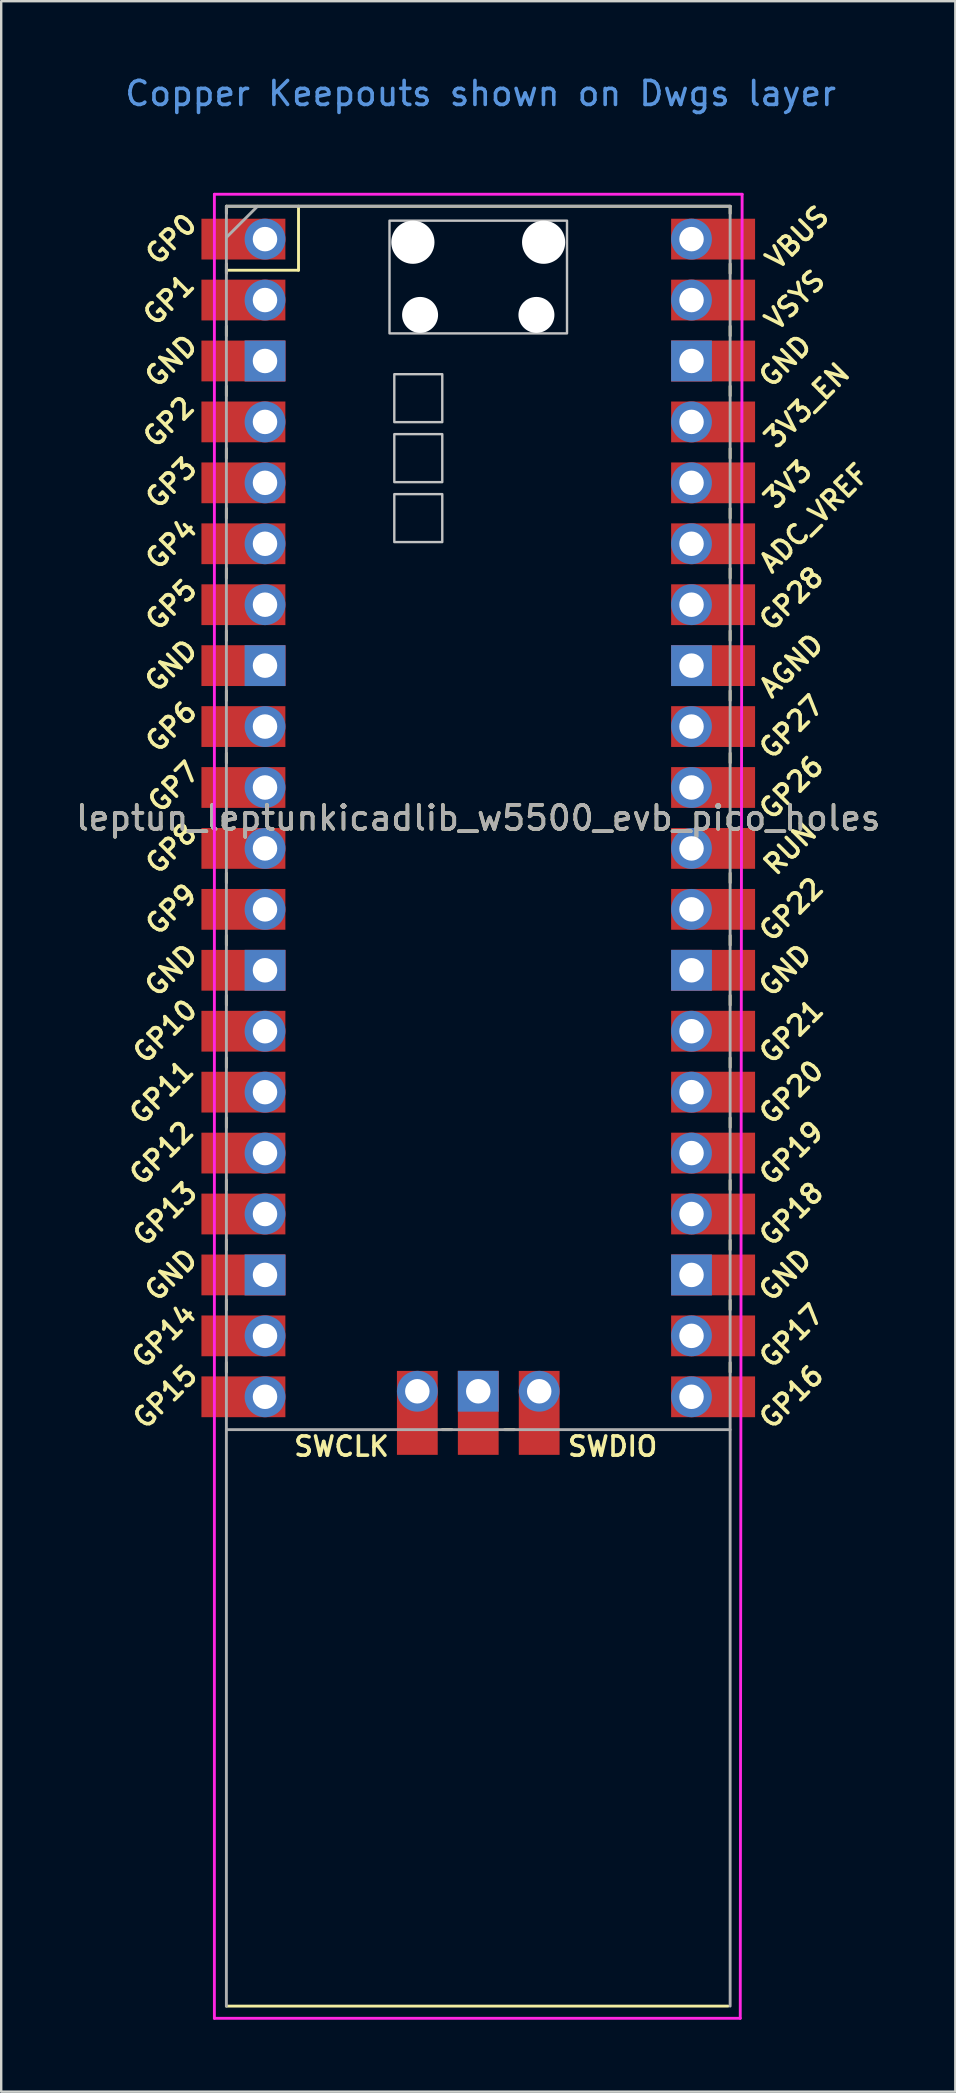
<source format=kicad_pcb>
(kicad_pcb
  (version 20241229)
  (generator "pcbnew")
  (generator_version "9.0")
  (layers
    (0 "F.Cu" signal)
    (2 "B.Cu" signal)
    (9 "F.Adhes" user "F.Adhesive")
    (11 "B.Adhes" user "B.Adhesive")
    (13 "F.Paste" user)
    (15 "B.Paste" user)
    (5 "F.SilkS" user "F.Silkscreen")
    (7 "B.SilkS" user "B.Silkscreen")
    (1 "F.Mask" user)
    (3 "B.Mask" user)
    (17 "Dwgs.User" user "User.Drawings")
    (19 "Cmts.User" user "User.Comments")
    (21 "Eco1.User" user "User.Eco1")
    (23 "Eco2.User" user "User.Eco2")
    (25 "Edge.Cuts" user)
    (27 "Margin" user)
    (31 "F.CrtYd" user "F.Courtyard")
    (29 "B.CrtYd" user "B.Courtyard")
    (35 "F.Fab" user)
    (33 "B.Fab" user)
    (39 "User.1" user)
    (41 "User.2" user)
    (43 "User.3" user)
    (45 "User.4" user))
  (footprint "leptun_leptunkicadlib_w5500_evb_pico_holes"
    (layer "F.Cu")
    (at 16.887 31.048)
    (property "Reference" "leptun_leptunkicadlib_w5500_evb_pico_holes" (at 0 0 0) (layer "F.SilkS") (effects (font (size 1 1) (thickness 0.15))))
    (attr through_hole)
    (fp_line (start -10.5 -25.5) (end -10.5 -25.2) (stroke (width 0.12) (type solid)) (layer "F.SilkS"))
    (fp_line (start -10.5 -25.5) (end 10.5 -25.5) (stroke (width 0.12) (type solid)) (layer "F.SilkS"))
    (fp_line (start -10.5 -23.1) (end -10.5 -22.7) (stroke (width 0.12) (type solid)) (layer "F.SilkS"))
    (fp_line (start -10.5 -22.833) (end -7.493 -22.833) (stroke (width 0.12) (type solid)) (layer "F.SilkS"))
    (fp_line (start -10.5 -20.5) (end -10.5 -20.1) (stroke (width 0.12) (type solid)) (layer "F.SilkS"))
    (fp_line (start -10.5 -18) (end -10.5 -17.6) (stroke (width 0.12) (type solid)) (layer "F.SilkS"))
    (fp_line (start -10.5 -15.4) (end -10.5 -15) (stroke (width 0.12) (type solid)) (layer "F.SilkS"))
    (fp_line (start -10.5 -12.9) (end -10.5 -12.5) (stroke (width 0.12) (type solid)) (layer "F.SilkS"))
    (fp_line (start -10.5 -10.4) (end -10.5 -10) (stroke (width 0.12) (type solid)) (layer "F.SilkS"))
    (fp_line (start -10.5 -7.8) (end -10.5 -7.4) (stroke (width 0.12) (type solid)) (layer "F.SilkS"))
    (fp_line (start -10.5 -5.3) (end -10.5 -4.9) (stroke (width 0.12) (type solid)) (layer "F.SilkS"))
    (fp_line (start -10.5 -2.7) (end -10.5 -2.3) (stroke (width 0.12) (type solid)) (layer "F.SilkS"))
    (fp_line (start -10.5 -0.2) (end -10.5 0.2) (stroke (width 0.12) (type solid)) (layer "F.SilkS"))
    (fp_line (start -10.5 2.3) (end -10.5 2.7) (stroke (width 0.12) (type solid)) (layer "F.SilkS"))
    (fp_line (start -10.5 4.9) (end -10.5 5.3) (stroke (width 0.12) (type solid)) (layer "F.SilkS"))
    (fp_line (start -10.5 7.4) (end -10.5 7.8) (stroke (width 0.12) (type solid)) (layer "F.SilkS"))
    (fp_line (start -10.5 10) (end -10.5 10.4) (stroke (width 0.12) (type solid)) (layer "F.SilkS"))
    (fp_line (start -10.5 12.5) (end -10.5 12.9) (stroke (width 0.12) (type solid)) (layer "F.SilkS"))
    (fp_line (start -10.5 15.1) (end -10.5 15.5) (stroke (width 0.12) (type solid)) (layer "F.SilkS"))
    (fp_line (start -10.5 17.6) (end -10.5 18) (stroke (width 0.12) (type solid)) (layer "F.SilkS"))
    (fp_line (start -10.5 20.1) (end -10.5 20.5) (stroke (width 0.12) (type solid)) (layer "F.SilkS"))
    (fp_line (start -10.5 22.7) (end -10.5 23.1) (stroke (width 0.12) (type solid)) (layer "F.SilkS"))
    (fp_line (start -7.493 -22.833) (end -7.493 -25.5) (stroke (width 0.12) (type solid)) (layer "F.SilkS"))
    (fp_line (start -1.5 25.5) (end -1.1 25.5) (stroke (width 0.12) (type solid)) (layer "F.SilkS"))
    (fp_line (start 1.1 25.5) (end 1.5 25.5) (stroke (width 0.12) (type solid)) (layer "F.SilkS"))
    (fp_line (start 10.414 49.53) (end -10.5 49.53) (stroke (width 0.12) (type solid)) (layer "F.SilkS"))
    (fp_line (start 10.5 -25.5) (end 10.5 -25.2) (stroke (width 0.12) (type solid)) (layer "F.SilkS"))
    (fp_line (start 10.5 -23.1) (end 10.5 -22.7) (stroke (width 0.12) (type solid)) (layer "F.SilkS"))
    (fp_line (start 10.5 -20.5) (end 10.5 -20.1) (stroke (width 0.12) (type solid)) (layer "F.SilkS"))
    (fp_line (start 10.5 -18) (end 10.5 -17.6) (stroke (width 0.12) (type solid)) (layer "F.SilkS"))
    (fp_line (start 10.5 -15.4) (end 10.5 -15) (stroke (width 0.12) (type solid)) (layer "F.SilkS"))
    (fp_line (start 10.5 -12.9) (end 10.5 -12.5) (stroke (width 0.12) (type solid)) (layer "F.SilkS"))
    (fp_line (start 10.5 -10.4) (end 10.5 -10) (stroke (width 0.12) (type solid)) (layer "F.SilkS"))
    (fp_line (start 10.5 -7.8) (end 10.5 -7.4) (stroke (width 0.12) (type solid)) (layer "F.SilkS"))
    (fp_line (start 10.5 -5.3) (end 10.5 -4.9) (stroke (width 0.12) (type solid)) (layer "F.SilkS"))
    (fp_line (start 10.5 -2.7) (end 10.5 -2.3) (stroke (width 0.12) (type solid)) (layer "F.SilkS"))
    (fp_line (start 10.5 -0.2) (end 10.5 0.2) (stroke (width 0.12) (type solid)) (layer "F.SilkS"))
    (fp_line (start 10.5 2.3) (end 10.5 2.7) (stroke (width 0.12) (type solid)) (layer "F.SilkS"))
    (fp_line (start 10.5 4.9) (end 10.5 5.3) (stroke (width 0.12) (type solid)) (layer "F.SilkS"))
    (fp_line (start 10.5 7.4) (end 10.5 7.8) (stroke (width 0.12) (type solid)) (layer "F.SilkS"))
    (fp_line (start 10.5 10) (end 10.5 10.4) (stroke (width 0.12) (type solid)) (layer "F.SilkS"))
    (fp_line (start 10.5 12.5) (end 10.5 12.9) (stroke (width 0.12) (type solid)) (layer "F.SilkS"))
    (fp_line (start 10.5 15.1) (end 10.5 15.5) (stroke (width 0.12) (type solid)) (layer "F.SilkS"))
    (fp_line (start 10.5 17.6) (end 10.5 18) (stroke (width 0.12) (type solid)) (layer "F.SilkS"))
    (fp_line (start 10.5 20.1) (end 10.5 20.5) (stroke (width 0.12) (type solid)) (layer "F.SilkS"))
    (fp_line (start 10.5 22.7) (end 10.5 23.1) (stroke (width 0.12) (type solid)) (layer "F.SilkS"))
    (fp_poly (pts (xy -1.5 -16.5) (xy -3.5 -16.5) (xy -3.5 -18.5) (xy -1.5 -18.5)) (stroke (width 0.1) (type solid)) (fill no) (layer "Dwgs.User"))
    (fp_poly (pts (xy -1.5 -14) (xy -3.5 -14) (xy -3.5 -16) (xy -1.5 -16)) (stroke (width 0.1) (type solid)) (fill no) (layer "Dwgs.User"))
    (fp_poly (pts (xy -1.5 -11.5) (xy -3.5 -11.5) (xy -3.5 -13.5) (xy -1.5 -13.5)) (stroke (width 0.1) (type solid)) (fill no) (layer "Dwgs.User"))
    (fp_poly (pts (xy 3.7 -20.2) (xy -3.7 -20.2) (xy -3.7 -24.9) (xy 3.7 -24.9)) (stroke (width 0.1) (type solid)) (fill no) (layer "Dwgs.User"))
    (fp_line (start -11 -26) (end 11 -26) (stroke (width 0.12) (type solid)) (layer "F.CrtYd"))
    (fp_line (start -11 50.038) (end -11 -26) (stroke (width 0.12) (type solid)) (layer "F.CrtYd"))
    (fp_line (start 10.922 50.038) (end -11 50.038) (stroke (width 0.12) (type solid)) (layer "F.CrtYd"))
    (fp_line (start 11 -26) (end 10.922 50.038) (stroke (width 0.12) (type solid)) (layer "F.CrtYd"))
    (fp_line (start -10.5 -25.5) (end 10.5 -25.5) (stroke (width 0.12) (type solid)) (layer "F.Fab"))
    (fp_line (start -10.5 -24.2) (end -9.2 -25.5) (stroke (width 0.12) (type solid)) (layer "F.Fab"))
    (fp_line (start -10.5 49.53) (end -10.5 -25.5) (stroke (width 0.12) (type solid)) (layer "F.Fab"))
    (fp_line (start 10.5 -25.5) (end 10.5 49.53) (stroke (width 0.12) (type solid)) (layer "F.Fab"))
    (fp_line (start 10.5 25.5) (end -10.5 25.5) (stroke (width 0.12) (type solid)) (layer "F.Fab"))
    (fp_text user "GP17" (at 13.054 21.59 45) (layer "F.SilkS") (effects (font (size 0.8 0.8) (thickness 0.15))))
    (fp_text user "GP11" (at -13.2 11.43 45) (layer "F.SilkS") (effects (font (size 0.8 0.8) (thickness 0.15))))
    (fp_text user "GP6" (at -12.8 -3.81 45) (layer "F.SilkS") (effects (font (size 0.8 0.8) (thickness 0.15))))
    (fp_text user "GP10" (at -13.054 8.89 45) (layer "F.SilkS") (effects (font (size 0.8 0.8) (thickness 0.15))))
    (fp_text user "GP9" (at -12.8 3.81 45) (layer "F.SilkS") (effects (font (size 0.8 0.8) (thickness 0.15))))
    (fp_text user "GP13" (at -13.054 16.51 45) (layer "F.SilkS") (effects (font (size 0.8 0.8) (thickness 0.15))))
    (fp_text user "GP15" (at -13.054 24.13 45) (layer "F.SilkS") (effects (font (size 0.8 0.8) (thickness 0.15))))
    (fp_text user "GND" (at 12.8 6.35 45) (layer "F.SilkS") (effects (font (size 0.8 0.8) (thickness 0.15))))
    (fp_text user "GP7" (at -12.7 -1.3 45) (layer "F.SilkS") (effects (font (size 0.8 0.8) (thickness 0.15))))
    (fp_text user "GND" (at -12.8 6.35 45) (layer "F.SilkS") (effects (font (size 0.8 0.8) (thickness 0.15))))
    (fp_text user "GND" (at 12.8 19.05 45) (layer "F.SilkS") (effects (font (size 0.8 0.8) (thickness 0.15))))
    (fp_text user "GP16" (at 13.054 24.13 45) (layer "F.SilkS") (effects (font (size 0.8 0.8) (thickness 0.15))))
    (fp_text user "GP2" (at -12.9 -16.51 45) (layer "F.SilkS") (effects (font (size 0.8 0.8) (thickness 0.15))))
    (fp_text user "SWDIO" (at 5.6 26.2 0) (layer "F.SilkS") (effects (font (size 0.8 0.8) (thickness 0.15))))
    (fp_text user "VBUS" (at 13.3 -24.2 45) (layer "F.SilkS") (effects (font (size 0.8 0.8) (thickness 0.15))))
    (fp_text user "GP4" (at -12.8 -11.43 45) (layer "F.SilkS") (effects (font (size 0.8 0.8) (thickness 0.15))))
    (fp_text user "GP18" (at 13.054 16.51 45) (layer "F.SilkS") (effects (font (size 0.8 0.8) (thickness 0.15))))
    (fp_text user "RUN" (at 13 1.27 45) (layer "F.SilkS") (effects (font (size 0.8 0.8) (thickness 0.15))))
    (fp_text user "SWCLK" (at -5.7 26.2 0) (layer "F.SilkS") (effects (font (size 0.8 0.8) (thickness 0.15))))
    (fp_text user "GP19" (at 13.054 13.97 45) (layer "F.SilkS") (effects (font (size 0.8 0.8) (thickness 0.15))))
    (fp_text user "GP20" (at 13.054 11.43 45) (layer "F.SilkS") (effects (font (size 0.8 0.8) (thickness 0.15))))
    (fp_text user "ADC_VREF" (at 14 -12.5 45) (layer "F.SilkS") (effects (font (size 0.8 0.8) (thickness 0.15))))
    (fp_text user "GP5" (at -12.8 -8.89 45) (layer "F.SilkS") (effects (font (size 0.8 0.8) (thickness 0.15))))
    (fp_text user "GND" (at 12.8 -19.05 45) (layer "F.SilkS") (effects (font (size 0.8 0.8) (thickness 0.15))))
    (fp_text user "GP0" (at -12.8 -24.13 45) (layer "F.SilkS") (effects (font (size 0.8 0.8) (thickness 0.15))))
    (fp_text user "GP14" (at -13.1 21.59 45) (layer "F.SilkS") (effects (font (size 0.8 0.8) (thickness 0.15))))
    (fp_text user "GND" (at -12.8 -6.35 45) (layer "F.SilkS") (effects (font (size 0.8 0.8) (thickness 0.15))))
    (fp_text user "GND" (at -12.8 19.05 45) (layer "F.SilkS") (effects (font (size 0.8 0.8) (thickness 0.15))))
    (fp_text user "GP27" (at 13.054 -3.8 45) (layer "F.SilkS") (effects (font (size 0.8 0.8) (thickness 0.15))))
    (fp_text user "VSYS" (at 13.2 -21.59 45) (layer "F.SilkS") (effects (font (size 0.8 0.8) (thickness 0.15))))
    (fp_text user "GP12" (at -13.2 13.97 45) (layer "F.SilkS") (effects (font (size 0.8 0.8) (thickness 0.15))))
    (fp_text user "GP3" (at -12.8 -13.97 45) (layer "F.SilkS") (effects (font (size 0.8 0.8) (thickness 0.15))))
    (fp_text user "GND" (at -12.8 -19.05 45) (layer "F.SilkS") (effects (font (size 0.8 0.8) (thickness 0.15))))
    (fp_text user "3V3_EN" (at 13.7 -17.2 45) (layer "F.SilkS") (effects (font (size 0.8 0.8) (thickness 0.15))))
    (fp_text user "GP26" (at 13.054 -1.27 45) (layer "F.SilkS") (effects (font (size 0.8 0.8) (thickness 0.15))))
    (fp_text user "GP28" (at 13.054 -9.144 45) (layer "F.SilkS") (effects (font (size 0.8 0.8) (thickness 0.15))))
    (fp_text user "GP1" (at -12.9 -21.6 45) (layer "F.SilkS") (effects (font (size 0.8 0.8) (thickness 0.15))))
    (fp_text user "3V3" (at 12.9 -13.9 45) (layer "F.SilkS") (effects (font (size 0.8 0.8) (thickness 0.15))))
    (fp_text user "GP21" (at 13.054 8.9 45) (layer "F.SilkS") (effects (font (size 0.8 0.8) (thickness 0.15))))
    (fp_text user "GP22" (at 13.054 3.81 45) (layer "F.SilkS") (effects (font (size 0.8 0.8) (thickness 0.15))))
    (fp_text user "AGND" (at 13.054 -6.35 45) (layer "F.SilkS") (effects (font (size 0.8 0.8) (thickness 0.15))))
    (fp_text user "GP8" (at -12.8 1.27 45) (layer "F.SilkS") (effects (font (size 0.8 0.8) (thickness 0.15))))
    (fp_text user "Copper Keepouts shown on Dwgs layer" (at 0.1 -30.2 0) (layer "Cmts.User") (effects (font (size 1 1) (thickness 0.15))))
    (fp_text user "${REFERENCE}" (at 0 0 180) (layer "F.Fab") (effects (font (size 1 1) (thickness 0.15))))
    (pad "" np_thru_hole oval (at -2.725 -24) (size 1.8 1.8) (drill 1.8) (layers "*.Cu" "*.Mask"))
    (pad "" np_thru_hole oval (at -2.425 -20.97) (size 1.5 1.5) (drill 1.5) (layers "*.Cu" "*.Mask"))
    (pad "" np_thru_hole oval (at 2.425 -20.97) (size 1.5 1.5) (drill 1.5) (layers "*.Cu" "*.Mask"))
    (pad "" np_thru_hole oval (at 2.725 -24) (size 1.8 1.8) (drill 1.8) (layers "*.Cu" "*.Mask"))
    (pad "1" thru_hole oval (at -8.89 -24.13) (size 1.7 1.7) (drill 1.02) (layers "*.Cu" "*.Mask"))
    (pad "1" smd rect (at -8.89 -24.13) (size 3.5 1.7) (drill (offset -0.9 0)) (layers "F.Cu" "F.Mask"))
    (pad "2" thru_hole oval (at -8.89 -21.59) (size 1.7 1.7) (drill 1.02) (layers "*.Cu" "*.Mask"))
    (pad "2" smd rect (at -8.89 -21.59) (size 3.5 1.7) (drill (offset -0.9 0)) (layers "F.Cu" "F.Mask"))
    (pad "3" thru_hole rect (at -8.89 -19.05) (size 1.7 1.7) (drill 1.02) (layers "*.Cu" "*.Mask"))
    (pad "3" smd rect (at -8.89 -19.05) (size 3.5 1.7) (drill (offset -0.9 0)) (layers "F.Cu" "F.Mask"))
    (pad "4" thru_hole oval (at -8.89 -16.51) (size 1.7 1.7) (drill 1.02) (layers "*.Cu" "*.Mask"))
    (pad "4" smd rect (at -8.89 -16.51) (size 3.5 1.7) (drill (offset -0.9 0)) (layers "F.Cu" "F.Mask"))
    (pad "5" thru_hole oval (at -8.89 -13.97) (size 1.7 1.7) (drill 1.02) (layers "*.Cu" "*.Mask"))
    (pad "5" smd rect (at -8.89 -13.97) (size 3.5 1.7) (drill (offset -0.9 0)) (layers "F.Cu" "F.Mask"))
    (pad "6" thru_hole oval (at -8.89 -11.43) (size 1.7 1.7) (drill 1.02) (layers "*.Cu" "*.Mask"))
    (pad "6" smd rect (at -8.89 -11.43) (size 3.5 1.7) (drill (offset -0.9 0)) (layers "F.Cu" "F.Mask"))
    (pad "7" thru_hole oval (at -8.89 -8.89) (size 1.7 1.7) (drill 1.02) (layers "*.Cu" "*.Mask"))
    (pad "7" smd rect (at -8.89 -8.89) (size 3.5 1.7) (drill (offset -0.9 0)) (layers "F.Cu" "F.Mask"))
    (pad "8" thru_hole rect (at -8.89 -6.35) (size 1.7 1.7) (drill 1.02) (layers "*.Cu" "*.Mask"))
    (pad "8" smd rect (at -8.89 -6.35) (size 3.5 1.7) (drill (offset -0.9 0)) (layers "F.Cu" "F.Mask"))
    (pad "9" thru_hole oval (at -8.89 -3.81) (size 1.7 1.7) (drill 1.02) (layers "*.Cu" "*.Mask"))
    (pad "9" smd rect (at -8.89 -3.81) (size 3.5 1.7) (drill (offset -0.9 0)) (layers "F.Cu" "F.Mask"))
    (pad "10" thru_hole oval (at -8.89 -1.27) (size 1.7 1.7) (drill 1.02) (layers "*.Cu" "*.Mask"))
    (pad "10" smd rect (at -8.89 -1.27) (size 3.5 1.7) (drill (offset -0.9 0)) (layers "F.Cu" "F.Mask"))
    (pad "11" thru_hole oval (at -8.89 1.27) (size 1.7 1.7) (drill 1.02) (layers "*.Cu" "*.Mask"))
    (pad "11" smd rect (at -8.89 1.27) (size 3.5 1.7) (drill (offset -0.9 0)) (layers "F.Cu" "F.Mask"))
    (pad "12" thru_hole oval (at -8.89 3.81) (size 1.7 1.7) (drill 1.02) (layers "*.Cu" "*.Mask"))
    (pad "12" smd rect (at -8.89 3.81) (size 3.5 1.7) (drill (offset -0.9 0)) (layers "F.Cu" "F.Mask"))
    (pad "13" thru_hole rect (at -8.89 6.35) (size 1.7 1.7) (drill 1.02) (layers "*.Cu" "*.Mask"))
    (pad "13" smd rect (at -8.89 6.35) (size 3.5 1.7) (drill (offset -0.9 0)) (layers "F.Cu" "F.Mask"))
    (pad "14" thru_hole oval (at -8.89 8.89) (size 1.7 1.7) (drill 1.02) (layers "*.Cu" "*.Mask"))
    (pad "14" smd rect (at -8.89 8.89) (size 3.5 1.7) (drill (offset -0.9 0)) (layers "F.Cu" "F.Mask"))
    (pad "15" thru_hole oval (at -8.89 11.43) (size 1.7 1.7) (drill 1.02) (layers "*.Cu" "*.Mask"))
    (pad "15" smd rect (at -8.89 11.43) (size 3.5 1.7) (drill (offset -0.9 0)) (layers "F.Cu" "F.Mask"))
    (pad "16" thru_hole oval (at -8.89 13.97) (size 1.7 1.7) (drill 1.02) (layers "*.Cu" "*.Mask"))
    (pad "16" smd rect (at -8.89 13.97) (size 3.5 1.7) (drill (offset -0.9 0)) (layers "F.Cu" "F.Mask"))
    (pad "17" thru_hole oval (at -8.89 16.51) (size 1.7 1.7) (drill 1.02) (layers "*.Cu" "*.Mask"))
    (pad "17" smd rect (at -8.89 16.51) (size 3.5 1.7) (drill (offset -0.9 0)) (layers "F.Cu" "F.Mask"))
    (pad "18" thru_hole rect (at -8.89 19.05) (size 1.7 1.7) (drill 1.02) (layers "*.Cu" "*.Mask"))
    (pad "18" smd rect (at -8.89 19.05) (size 3.5 1.7) (drill (offset -0.9 0)) (layers "F.Cu" "F.Mask"))
    (pad "19" thru_hole oval (at -8.89 21.59) (size 1.7 1.7) (drill 1.02) (layers "*.Cu" "*.Mask"))
    (pad "19" smd rect (at -8.89 21.59) (size 3.5 1.7) (drill (offset -0.9 0)) (layers "F.Cu" "F.Mask"))
    (pad "20" thru_hole oval (at -8.89 24.13) (size 1.7 1.7) (drill 1.02) (layers "*.Cu" "*.Mask"))
    (pad "20" smd rect (at -8.89 24.13) (size 3.5 1.7) (drill (offset -0.9 0)) (layers "F.Cu" "F.Mask"))
    (pad "21" thru_hole oval (at 8.89 24.13) (size 1.7 1.7) (drill 1.02) (layers "*.Cu" "*.Mask"))
    (pad "21" smd rect (at 8.89 24.13) (size 3.5 1.7) (drill (offset 0.9 0)) (layers "F.Cu" "F.Mask"))
    (pad "22" thru_hole oval (at 8.89 21.59) (size 1.7 1.7) (drill 1.02) (layers "*.Cu" "*.Mask"))
    (pad "22" smd rect (at 8.89 21.59) (size 3.5 1.7) (drill (offset 0.9 0)) (layers "F.Cu" "F.Mask"))
    (pad "23" thru_hole rect (at 8.89 19.05) (size 1.7 1.7) (drill 1.02) (layers "*.Cu" "*.Mask"))
    (pad "23" smd rect (at 8.89 19.05) (size 3.5 1.7) (drill (offset 0.9 0)) (layers "F.Cu" "F.Mask"))
    (pad "24" thru_hole oval (at 8.89 16.51) (size 1.7 1.7) (drill 1.02) (layers "*.Cu" "*.Mask"))
    (pad "24" smd rect (at 8.89 16.51) (size 3.5 1.7) (drill (offset 0.9 0)) (layers "F.Cu" "F.Mask"))
    (pad "25" thru_hole oval (at 8.89 13.97) (size 1.7 1.7) (drill 1.02) (layers "*.Cu" "*.Mask"))
    (pad "25" smd rect (at 8.89 13.97) (size 3.5 1.7) (drill (offset 0.9 0)) (layers "F.Cu" "F.Mask"))
    (pad "26" thru_hole oval (at 8.89 11.43) (size 1.7 1.7) (drill 1.02) (layers "*.Cu" "*.Mask"))
    (pad "26" smd rect (at 8.89 11.43) (size 3.5 1.7) (drill (offset 0.9 0)) (layers "F.Cu" "F.Mask"))
    (pad "27" thru_hole oval (at 8.89 8.89) (size 1.7 1.7) (drill 1.02) (layers "*.Cu" "*.Mask"))
    (pad "27" smd rect (at 8.89 8.89) (size 3.5 1.7) (drill (offset 0.9 0)) (layers "F.Cu" "F.Mask"))
    (pad "28" thru_hole rect (at 8.89 6.35) (size 1.7 1.7) (drill 1.02) (layers "*.Cu" "*.Mask"))
    (pad "28" smd rect (at 8.89 6.35) (size 3.5 1.7) (drill (offset 0.9 0)) (layers "F.Cu" "F.Mask"))
    (pad "29" thru_hole oval (at 8.89 3.81) (size 1.7 1.7) (drill 1.02) (layers "*.Cu" "*.Mask"))
    (pad "29" smd rect (at 8.89 3.81) (size 3.5 1.7) (drill (offset 0.9 0)) (layers "F.Cu" "F.Mask"))
    (pad "30" thru_hole oval (at 8.89 1.27) (size 1.7 1.7) (drill 1.02) (layers "*.Cu" "*.Mask"))
    (pad "30" smd rect (at 8.89 1.27) (size 3.5 1.7) (drill (offset 0.9 0)) (layers "F.Cu" "F.Mask"))
    (pad "31" thru_hole oval (at 8.89 -1.27) (size 1.7 1.7) (drill 1.02) (layers "*.Cu" "*.Mask"))
    (pad "31" smd rect (at 8.89 -1.27) (size 3.5 1.7) (drill (offset 0.9 0)) (layers "F.Cu" "F.Mask"))
    (pad "32" thru_hole oval (at 8.89 -3.81) (size 1.7 1.7) (drill 1.02) (layers "*.Cu" "*.Mask"))
    (pad "32" smd rect (at 8.89 -3.81) (size 3.5 1.7) (drill (offset 0.9 0)) (layers "F.Cu" "F.Mask"))
    (pad "33" thru_hole rect (at 8.89 -6.35) (size 1.7 1.7) (drill 1.02) (layers "*.Cu" "*.Mask"))
    (pad "33" smd rect (at 8.89 -6.35) (size 3.5 1.7) (drill (offset 0.9 0)) (layers "F.Cu" "F.Mask"))
    (pad "34" thru_hole oval (at 8.89 -8.89) (size 1.7 1.7) (drill 1.02) (layers "*.Cu" "*.Mask"))
    (pad "34" smd rect (at 8.89 -8.89) (size 3.5 1.7) (drill (offset 0.9 0)) (layers "F.Cu" "F.Mask"))
    (pad "35" thru_hole oval (at 8.89 -11.43) (size 1.7 1.7) (drill 1.02) (layers "*.Cu" "*.Mask"))
    (pad "35" smd rect (at 8.89 -11.43) (size 3.5 1.7) (drill (offset 0.9 0)) (layers "F.Cu" "F.Mask"))
    (pad "36" thru_hole oval (at 8.89 -13.97) (size 1.7 1.7) (drill 1.02) (layers "*.Cu" "*.Mask"))
    (pad "36" smd rect (at 8.89 -13.97) (size 3.5 1.7) (drill (offset 0.9 0)) (layers "F.Cu" "F.Mask"))
    (pad "37" thru_hole oval (at 8.89 -16.51) (size 1.7 1.7) (drill 1.02) (layers "*.Cu" "*.Mask"))
    (pad "37" smd rect (at 8.89 -16.51) (size 3.5 1.7) (drill (offset 0.9 0)) (layers "F.Cu" "F.Mask"))
    (pad "38" thru_hole rect (at 8.89 -19.05) (size 1.7 1.7) (drill 1.02) (layers "*.Cu" "*.Mask"))
    (pad "38" smd rect (at 8.89 -19.05) (size 3.5 1.7) (drill (offset 0.9 0)) (layers "F.Cu" "F.Mask"))
    (pad "39" thru_hole oval (at 8.89 -21.59) (size 1.7 1.7) (drill 1.02) (layers "*.Cu" "*.Mask"))
    (pad "39" smd rect (at 8.89 -21.59) (size 3.5 1.7) (drill (offset 0.9 0)) (layers "F.Cu" "F.Mask"))
    (pad "40" thru_hole oval (at 8.89 -24.13) (size 1.7 1.7) (drill 1.02) (layers "*.Cu" "*.Mask"))
    (pad "40" smd rect (at 8.89 -24.13) (size 3.5 1.7) (drill (offset 0.9 0)) (layers "F.Cu" "F.Mask"))
    (pad "41" thru_hole oval (at -2.54 23.9) (size 1.7 1.7) (drill 1.02) (layers "*.Cu" "*.Mask"))
    (pad "41" smd rect (at -2.54 23.9 90) (size 3.5 1.7) (drill (offset -0.9 0)) (layers "F.Cu" "F.Mask"))
    (pad "42" thru_hole rect (at 0 23.9) (size 1.7 1.7) (drill 1.02) (layers "*.Cu" "*.Mask"))
    (pad "42" smd rect (at 0 23.9 90) (size 3.5 1.7) (drill (offset -0.9 0)) (layers "F.Cu" "F.Mask"))
    (pad "43" thru_hole oval (at 2.54 23.9) (size 1.7 1.7) (drill 1.02) (layers "*.Cu" "*.Mask"))
    (pad "43" smd rect (at 2.54 23.9 90) (size 3.5 1.7) (drill (offset -0.9 0)) (layers "F.Cu" "F.Mask")))
  (gr_rect
    (start -3 -3)
    (end 36.774 84.146)
    (stroke (width 0.1) (type default))
    (fill no)
    (layer "Edge.Cuts")))
</source>
